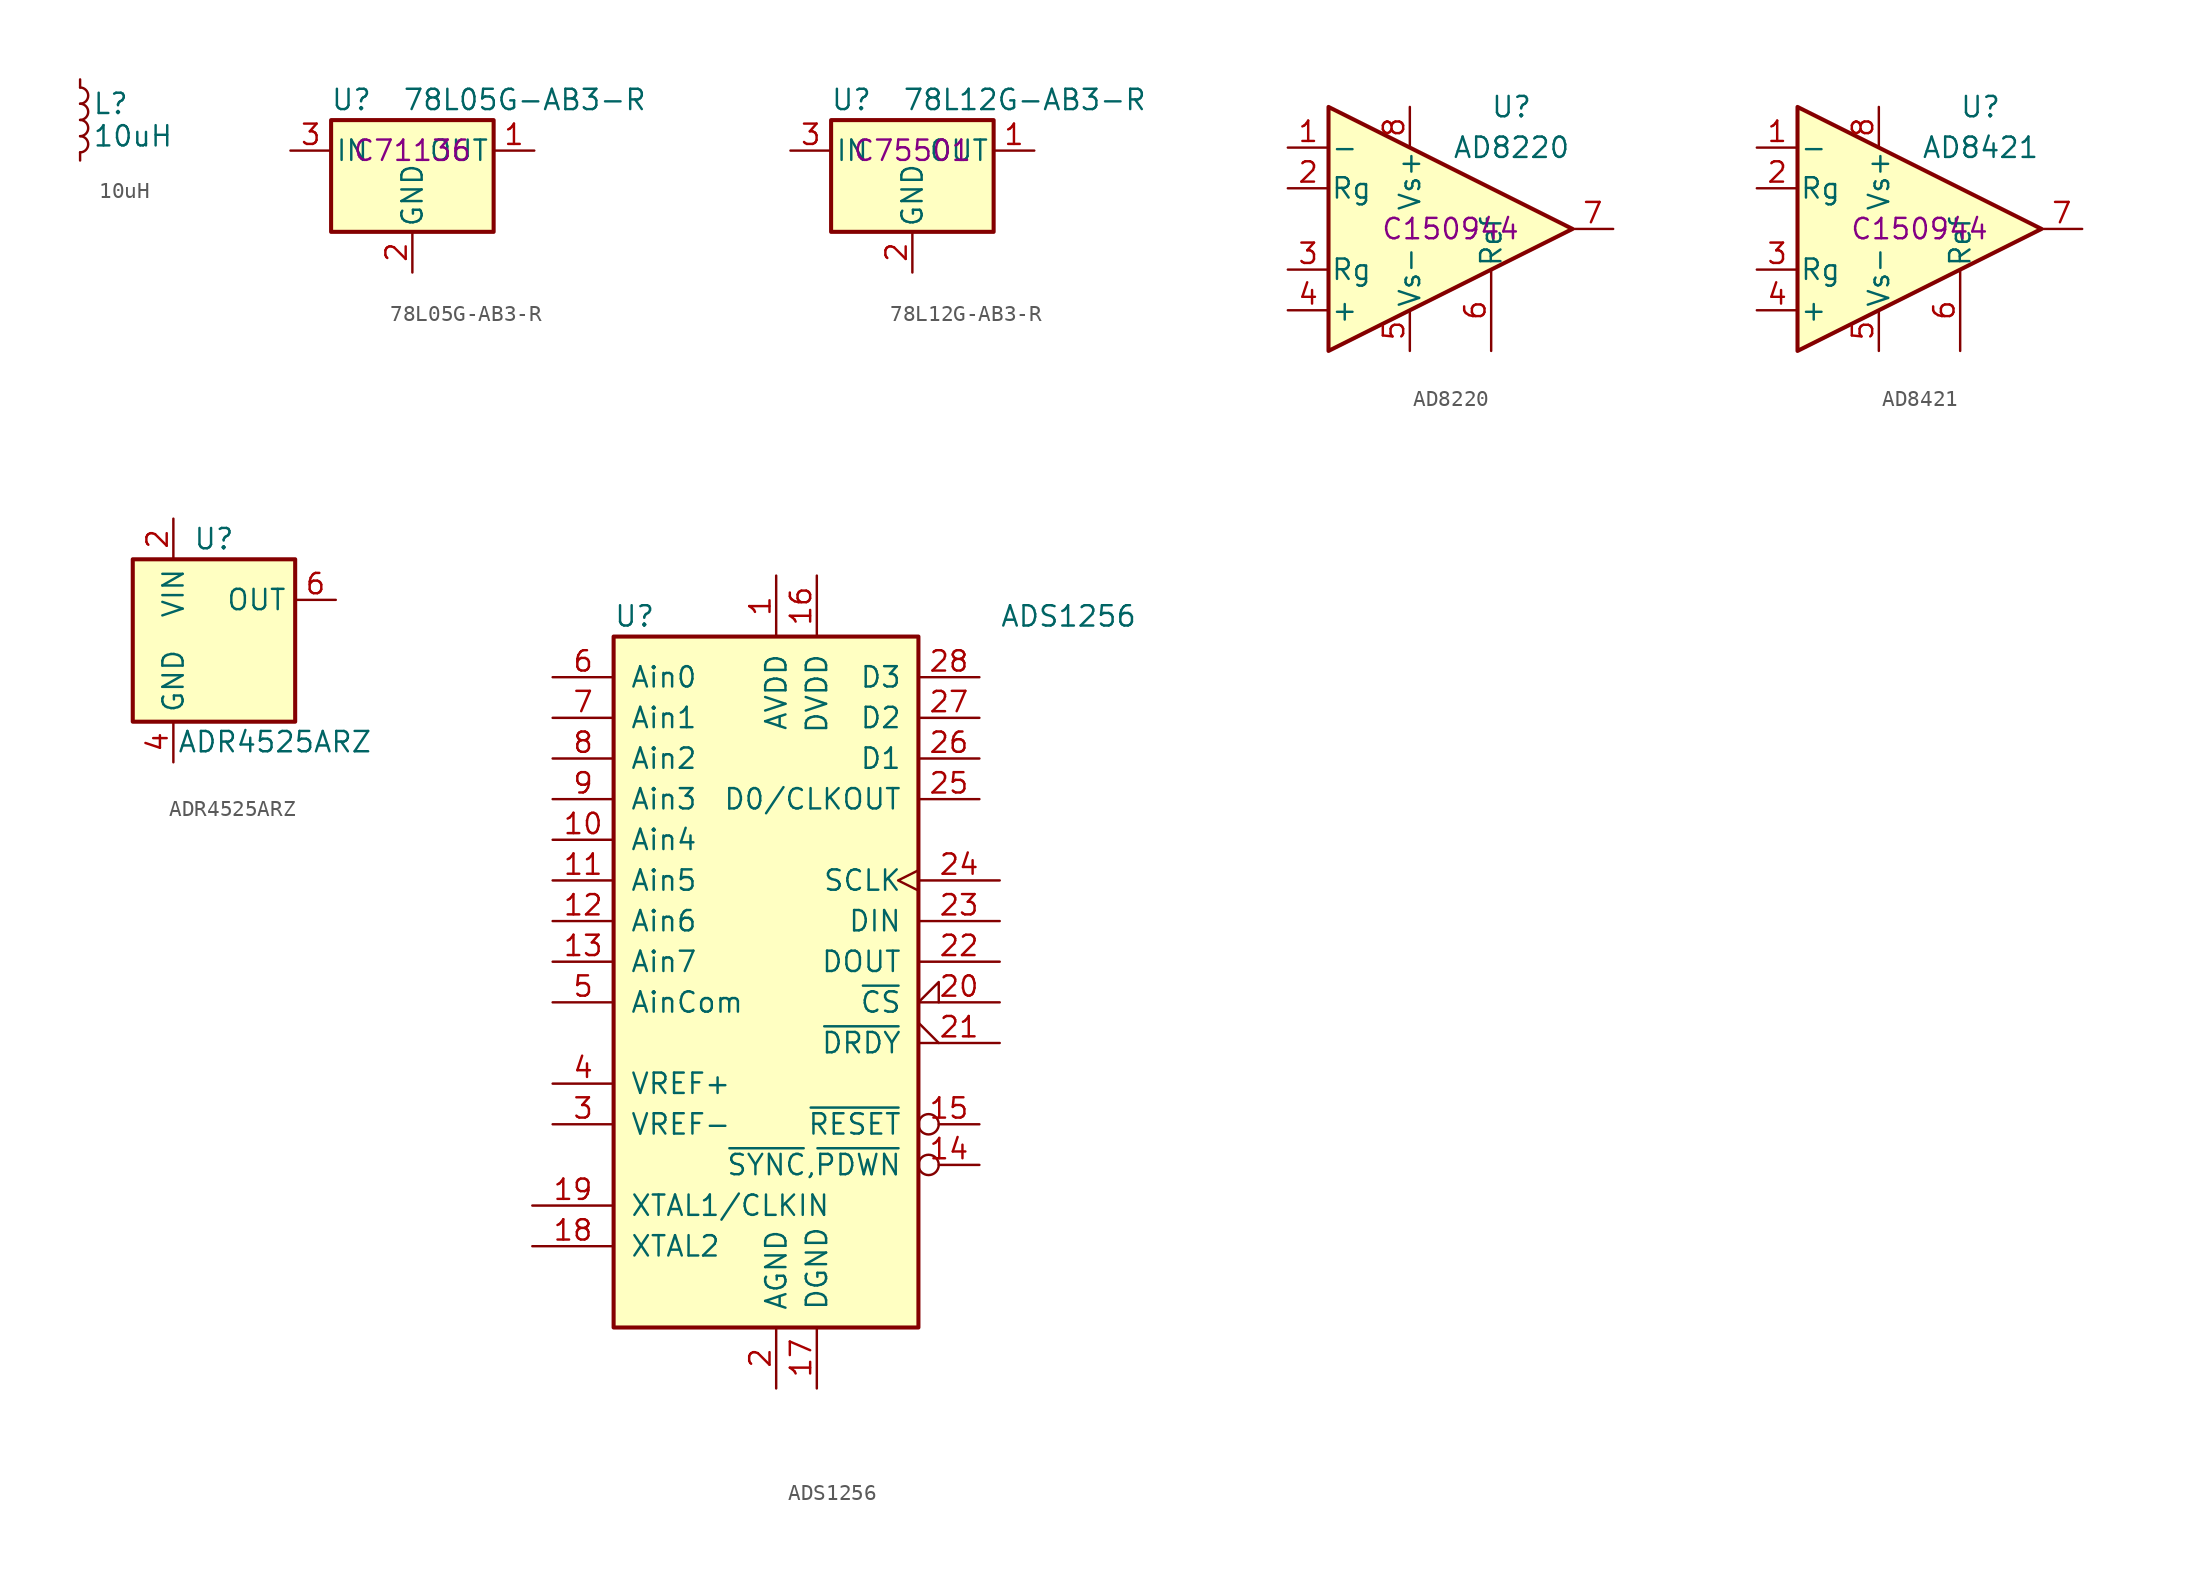
<source format=kicad_sym>
(kicad_symbol_lib
  (version 20211014)
  (generator kicad_symbol_editor)
  (symbol "10uH"
    (pin_numbers hide)
    (pin_names
      (offset 0.254) hide)
    (property "Reference" "L"
      (at 0.762 1.016 0)
      (effects (font (size 1.27 1.27)) (justify left)))
    (property "Value" "10uH"
      (at 0.762 -1.016 0)
      (effects (font (size 1.27 1.27)) (justify left)))
    (symbol "10uH_0_1"
      (arc (start 0 -2.032) (mid 0.508 -1.524) (end 0 -1.016) (stroke (width 0) (type default) (color 0 0 0 0)) (fill (type none)))
      (arc (start 0 -1.016) (mid 0.508 -0.508) (end 0 0) (stroke (width 0) (type default) (color 0 0 0 0)) (fill (type none)))
      (arc (start 0 0) (mid 0.508 0.508) (end 0 1.016) (stroke (width 0) (type default) (color 0 0 0 0)) (fill (type none)))
      (arc (start 0 1.016) (mid 0.508 1.524) (end 0 2.032) (stroke (width 0) (type default) (color 0 0 0 0)) (fill (type none))))
    (symbol "10uH_1_1"
      (pin passive line (at 0 2.54 270) (length 0.508) (name "~" (effects (font (size 1.27 1.27)))) (number "1" (effects (font (size 1.27 1.27)))))
      (pin passive line (at 0 -2.54 90) (length 0.508) (name "~" (effects (font (size 1.27 1.27)))) (number "2" (effects (font (size 1.27 1.27)))))))
  (symbol "78L05G-AB3-R"
    (pin_names
      (offset 0.254))
    (property "Reference" "U"
      (at -3.81 3.175 0)
      (effects (font (size 1.27 1.27))))
    (property "Value" "78L05G-AB3-R"
      (at -0.635 3.175 0)
      (effects (font (size 1.27 1.27)) (justify left)))
    (property "LCSC" "C71136"
      (at 0 0 0)
      (effects (font (size 1.27 1.27))))
    (symbol "78L05G-AB3-R_0_1"
      (rectangle (start -5.08 1.905) (end 5.08 -5.08) (stroke (width 0.254) (type default) (color 0 0 0 0)) (fill (type background))))
    (symbol "78L05G-AB3-R_1_1"
      (pin power_out line (at 7.62 0 180) (length 2.54) (name "OUT" (effects (font (size 1.27 1.27)))) (number "1" (effects (font (size 1.27 1.27)))))
      (pin power_in line (at 0 -7.62 90) (length 2.54) (name "GND" (effects (font (size 1.27 1.27)))) (number "2" (effects (font (size 1.27 1.27)))))
      (pin power_in line (at -7.62 0 0) (length 2.54) (name "IN" (effects (font (size 1.27 1.27)))) (number "3" (effects (font (size 1.27 1.27)))))))
  (symbol "78L12G-AB3-R"
    (pin_names
      (offset 0.254))
    (property "Reference" "U"
      (at -3.81 3.175 0)
      (effects (font (size 1.27 1.27))))
    (property "Value" "78L12G-AB3-R"
      (at -0.635 3.175 0)
      (effects (font (size 1.27 1.27)) (justify left)))
    (property "LCSC" "C75501"
      (at 0 0 0)
      (effects (font (size 1.27 1.27))))
    (symbol "78L12G-AB3-R_0_1"
      (rectangle (start -5.08 1.905) (end 5.08 -5.08) (stroke (width 0.254) (type default) (color 0 0 0 0)) (fill (type background))))
    (symbol "78L12G-AB3-R_1_1"
      (pin power_out line (at 7.62 0 180) (length 2.54) (name "OUT" (effects (font (size 1.27 1.27)))) (number "1" (effects (font (size 1.27 1.27)))))
      (pin power_in line (at 0 -7.62 90) (length 2.54) (name "GND" (effects (font (size 1.27 1.27)))) (number "2" (effects (font (size 1.27 1.27)))))
      (pin power_in line (at -7.62 0 0) (length 2.54) (name "IN" (effects (font (size 1.27 1.27)))) (number "3" (effects (font (size 1.27 1.27)))))))
  (symbol "AD8220"
    (pin_names
      (offset 0.127))
    (property "Reference" "U"
      (at 3.81 7.62 0)
      (effects (font (size 1.27 1.27))))
    (property "Value" "AD8220"
      (at 3.81 5.08 0)
      (effects (font (size 1.27 1.27))))
    (property "LCSC" "C150944"
      (at 0 0 0)
      (effects (font (size 1.27 1.27))))
    (symbol "AD8220_0_1"
      (polyline (pts (xy -7.62 7.62) (xy -7.62 -7.62) (xy 7.62 0) (xy -7.62 7.62)) (stroke (width 0.254) (type default) (color 0 0 0 0)) (fill (type background))))
    (symbol "AD8220_1_1"
      (pin input line (at -10.16 5.08 0) (length 2.54) (name "-" (effects (font (size 1.27 1.27)))) (number "1" (effects (font (size 1.27 1.27)))))
      (pin passive line (at -10.16 2.54 0) (length 2.54) (name "Rg" (effects (font (size 1.27 1.27)))) (number "2" (effects (font (size 1.27 1.27)))))
      (pin passive line (at -10.16 -2.54 0) (length 2.54) (name "Rg" (effects (font (size 1.27 1.27)))) (number "3" (effects (font (size 1.27 1.27)))))
      (pin input line (at -10.16 -5.08 0) (length 2.54) (name "+" (effects (font (size 1.27 1.27)))) (number "4" (effects (font (size 1.27 1.27)))))
      (pin power_in line (at -2.54 -7.62 90) (length 2.54) (name "Vs-" (effects (font (size 1.27 1.27)))) (number "5" (effects (font (size 1.27 1.27)))))
      (pin passive line (at 2.54 -7.62 90) (length 5.08) (name "Ref" (effects (font (size 1.27 1.27)))) (number "6" (effects (font (size 1.27 1.27)))))
      (pin output line (at 10.16 0 180) (length 2.54) (name "~" (effects (font (size 1.27 1.27)))) (number "7" (effects (font (size 1.27 1.27)))))
      (pin power_in line (at -2.54 7.62 270) (length 2.54) (name "Vs+" (effects (font (size 1.27 1.27)))) (number "8" (effects (font (size 1.27 1.27)))))))
  (symbol "AD8421"
    (pin_names
      (offset 0.127))
    (property "Reference" "U"
      (at 3.81 7.62 0)
      (effects (font (size 1.27 1.27))))
    (property "Value" "AD8421"
      (at 3.81 5.08 0)
      (effects (font (size 1.27 1.27))))
    (property "LCSC" "C150944"
      (at 0 0 0)
      (effects (font (size 1.27 1.27))))
    (symbol "AD8421_0_1"
      (polyline (pts (xy -7.62 7.62) (xy -7.62 -7.62) (xy 7.62 0) (xy -7.62 7.62)) (stroke (width 0.254) (type default) (color 0 0 0 0)) (fill (type background))))
    (symbol "AD8421_1_1"
      (pin input line (at -10.16 5.08 0) (length 2.54) (name "-" (effects (font (size 1.27 1.27)))) (number "1" (effects (font (size 1.27 1.27)))))
      (pin passive line (at -10.16 2.54 0) (length 2.54) (name "Rg" (effects (font (size 1.27 1.27)))) (number "2" (effects (font (size 1.27 1.27)))))
      (pin passive line (at -10.16 -2.54 0) (length 2.54) (name "Rg" (effects (font (size 1.27 1.27)))) (number "3" (effects (font (size 1.27 1.27)))))
      (pin input line (at -10.16 -5.08 0) (length 2.54) (name "+" (effects (font (size 1.27 1.27)))) (number "4" (effects (font (size 1.27 1.27)))))
      (pin power_in line (at -2.54 -7.62 90) (length 2.54) (name "Vs-" (effects (font (size 1.27 1.27)))) (number "5" (effects (font (size 1.27 1.27)))))
      (pin passive line (at 2.54 -7.62 90) (length 5.08) (name "Ref" (effects (font (size 1.27 1.27)))) (number "6" (effects (font (size 1.27 1.27)))))
      (pin output line (at 10.16 0 180) (length 2.54) (name "~" (effects (font (size 1.27 1.27)))) (number "7" (effects (font (size 1.27 1.27)))))
      (pin power_in line (at -2.54 7.62 270) (length 2.54) (name "Vs+" (effects (font (size 1.27 1.27)))) (number "8" (effects (font (size 1.27 1.27)))))))
  (symbol "ADR4525ARZ"
    (property "Reference" "U"
      (at 0 6.35 0)
      (effects (font (size 1.27 1.27))))
    (property "Value" "ADR4525ARZ"
      (at 3.81 -6.35 0)
      (effects (font (size 1.27 1.27))))
    (symbol "ADR4525ARZ_0_1"
      (rectangle (start 5.08 -5.08) (end -5.08 5.08) (stroke (width 0.254) (type default) (color 0 0 0 0)) (fill (type background)))
      (pin no_connect line (at -7.62 0 0) (length 2.54) hide (name "NIC" (effects (font (size 1.27 1.27)))) (number "1" (effects (font (size 1.27 1.27)))))
      (pin power_in line (at -2.54 7.62 270) (length 2.54) (name "VIN" (effects (font (size 1.27 1.27)))) (number "2" (effects (font (size 1.27 1.27)))))
      (pin no_connect line (at 7.62 0 180) (length 2.54) hide (name "NIC" (effects (font (size 1.27 1.27)))) (number "3" (effects (font (size 1.27 1.27)))))
      (pin power_in line (at -2.54 -7.62 90) (length 2.54) (name "GND" (effects (font (size 1.27 1.27)))) (number "4" (effects (font (size 1.27 1.27)))))
      (pin no_connect line (at 7.62 -2.54 180) (length 2.54) hide (name "NIC" (effects (font (size 1.27 1.27)))) (number "5" (effects (font (size 1.27 1.27)))))
      (pin output line (at 7.62 2.54 180) (length 2.54) (name "OUT" (effects (font (size 1.27 1.27)))) (number "6" (effects (font (size 1.27 1.27)))))
      (pin no_connect line (at -7.62 2.54 0) (length 2.54) hide (name "NIC" (effects (font (size 1.27 1.27)))) (number "7" (effects (font (size 1.27 1.27)))))
      (pin no_connect line (at -7.62 -2.54 0) (length 2.54) hide (name "DNC" (effects (font (size 1.27 1.27)))) (number "8" (effects (font (size 1.27 1.27)))))))
  (symbol "ADS1256"
    (pin_names
      (offset 1.016))
    (property "Reference" "U"
      (at -11.43 22.86 0)
      (effects (font (size 1.27 1.27)) (justify left)))
    (property "Value" "ADS1256"
      (at 12.7 22.86 0)
      (effects (font (size 1.27 1.27)) (justify left)))
    (symbol "ADS1256_0_1"
      (rectangle (start -11.43 21.59) (end 7.62 -21.59) (stroke (width 0.254) (type default) (color 0 0 0 0)) (fill (type background))))
    (symbol "ADS1256_1_1"
      (pin power_in line (at -1.27 25.4 270) (length 3.81) (name "AVDD" (effects (font (size 1.27 1.27)))) (number "1" (effects (font (size 1.27 1.27)))))
      (pin input line (at -15.24 8.89 0) (length 3.81) (name "Ain4" (effects (font (size 1.27 1.27)))) (number "10" (effects (font (size 1.27 1.27)))))
      (pin input line (at -15.24 6.35 0) (length 3.81) (name "Ain5" (effects (font (size 1.27 1.27)))) (number "11" (effects (font (size 1.27 1.27)))))
      (pin input line (at -15.24 3.81 0) (length 3.81) (name "Ain6" (effects (font (size 1.27 1.27)))) (number "12" (effects (font (size 1.27 1.27)))))
      (pin input line (at -15.24 1.27 0) (length 3.81) (name "Ain7" (effects (font (size 1.27 1.27)))) (number "13" (effects (font (size 1.27 1.27)))))
      (pin input inverted (at 11.43 -11.43 180) (length 3.81) (name "~{SYNC},~{PDWN}" (effects (font (size 1.27 1.27)))) (number "14" (effects (font (size 1.27 1.27)))))
      (pin input inverted (at 11.43 -8.89 180) (length 3.81) (name "~{RESET}" (effects (font (size 1.27 1.27)))) (number "15" (effects (font (size 1.27 1.27)))))
      (pin power_in line (at 1.27 25.4 270) (length 3.81) (name "DVDD" (effects (font (size 1.27 1.27)))) (number "16" (effects (font (size 1.27 1.27)))))
      (pin power_in line (at 1.27 -25.4 90) (length 3.81) (name "DGND" (effects (font (size 1.27 1.27)))) (number "17" (effects (font (size 1.27 1.27)))))
      (pin output line (at -16.51 -16.51 0) (length 5.08) (name "XTAL2" (effects (font (size 1.27 1.27)))) (number "18" (effects (font (size 1.27 1.27)))))
      (pin input line (at -16.51 -13.97 0) (length 5.08) (name "XTAL1/CLKIN" (effects (font (size 1.27 1.27)))) (number "19" (effects (font (size 1.27 1.27)))))
      (pin power_in line (at -1.27 -25.4 90) (length 3.81) (name "AGND" (effects (font (size 1.27 1.27)))) (number "2" (effects (font (size 1.27 1.27)))))
      (pin input input_low (at 12.7 -1.27 180) (length 5.08) (name "~{CS}" (effects (font (size 1.27 1.27)))) (number "20" (effects (font (size 1.27 1.27)))))
      (pin open_collector output_low (at 12.7 -3.81 180) (length 5.08) (name "~{DRDY}" (effects (font (size 1.27 1.27)))) (number "21" (effects (font (size 1.27 1.27)))))
      (pin output line (at 12.7 1.27 180) (length 5.08) (name "DOUT" (effects (font (size 1.27 1.27)))) (number "22" (effects (font (size 1.27 1.27)))))
      (pin input line (at 12.7 3.81 180) (length 5.08) (name "DIN" (effects (font (size 1.27 1.27)))) (number "23" (effects (font (size 1.27 1.27)))))
      (pin input clock (at 12.7 6.35 180) (length 5.08) (name "SCLK" (effects (font (size 1.27 1.27)))) (number "24" (effects (font (size 1.27 1.27)))))
      (pin bidirectional line (at 11.43 11.43 180) (length 3.81) (name "D0/CLKOUT" (effects (font (size 1.27 1.27)))) (number "25" (effects (font (size 1.27 1.27)))))
      (pin bidirectional line (at 11.43 13.97 180) (length 3.81) (name "D1" (effects (font (size 1.27 1.27)))) (number "26" (effects (font (size 1.27 1.27)))))
      (pin bidirectional line (at 11.43 16.51 180) (length 3.81) (name "D2" (effects (font (size 1.27 1.27)))) (number "27" (effects (font (size 1.27 1.27)))))
      (pin bidirectional line (at 11.43 19.05 180) (length 3.81) (name "D3" (effects (font (size 1.27 1.27)))) (number "28" (effects (font (size 1.27 1.27)))))
      (pin input line (at -15.24 -8.89 0) (length 3.81) (name "VREF-" (effects (font (size 1.27 1.27)))) (number "3" (effects (font (size 1.27 1.27)))))
      (pin input line (at -15.24 -6.35 0) (length 3.81) (name "VREF+" (effects (font (size 1.27 1.27)))) (number "4" (effects (font (size 1.27 1.27)))))
      (pin input line (at -15.24 -1.27 0) (length 3.81) (name "AinCom" (effects (font (size 1.27 1.27)))) (number "5" (effects (font (size 1.27 1.27)))))
      (pin input line (at -15.24 19.05 0) (length 3.81) (name "Ain0" (effects (font (size 1.27 1.27)))) (number "6" (effects (font (size 1.27 1.27)))))
      (pin input line (at -15.24 16.51 0) (length 3.81) (name "Ain1" (effects (font (size 1.27 1.27)))) (number "7" (effects (font (size 1.27 1.27)))))
      (pin input line (at -15.24 13.97 0) (length 3.81) (name "Ain2" (effects (font (size 1.27 1.27)))) (number "8" (effects (font (size 1.27 1.27)))))
      (pin input line (at -15.24 11.43 0) (length 3.81) (name "Ain3" (effects (font (size 1.27 1.27)))) (number "9" (effects (font (size 1.27 1.27))))))))
</source>
